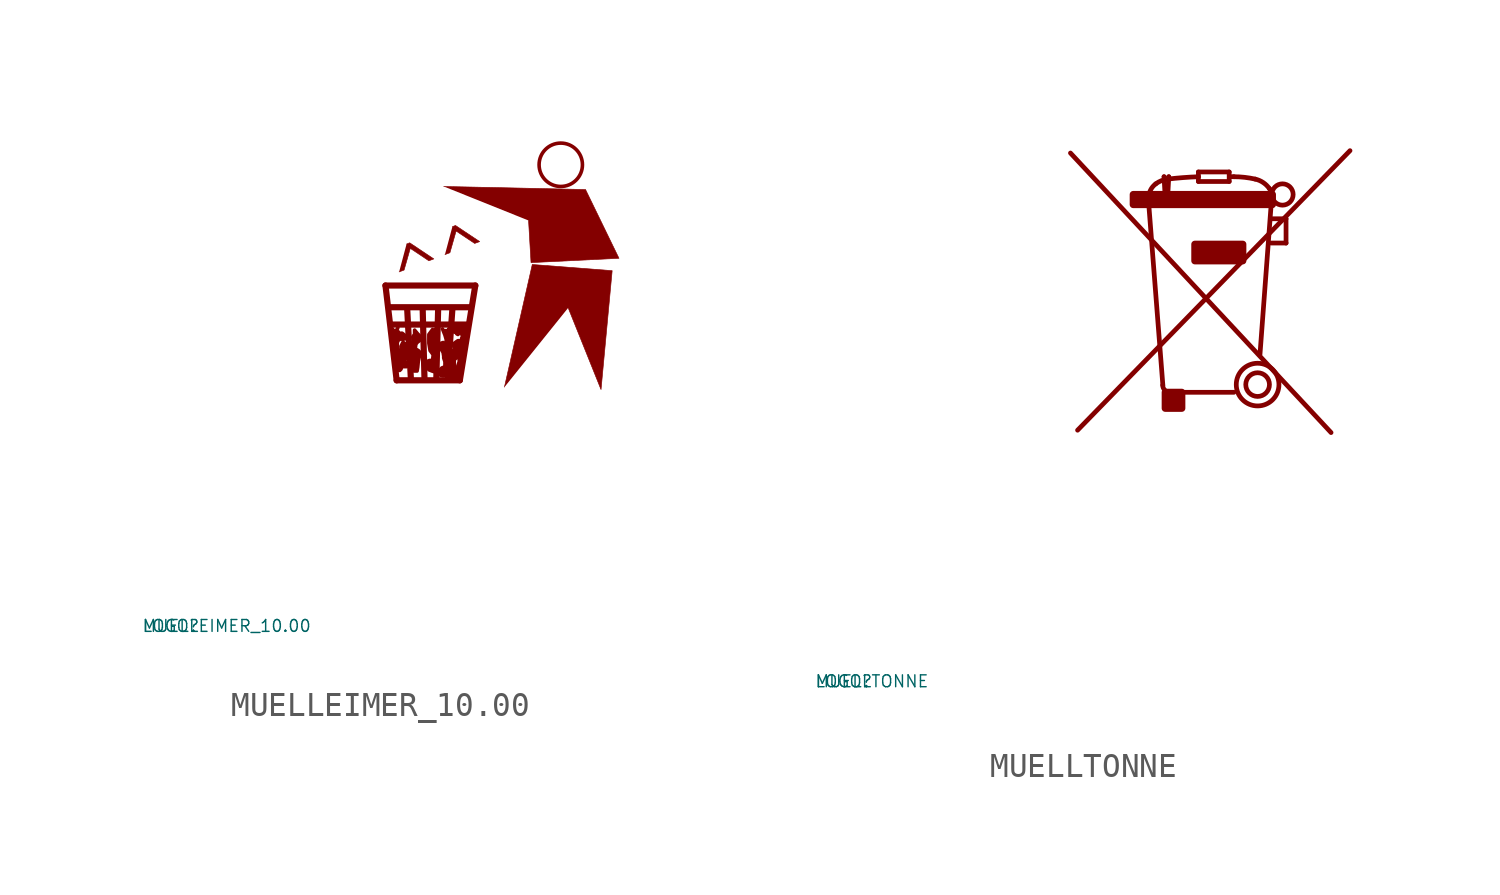
<source format=kicad_sym>
(kicad_symbol_lib
  (version 20220914)
  (generator Eagle2Kicad)
  (symbol "MUELLEIMER_10.00"
    (property "Reference" "LOGO"
      (at -10 -10 0)
      (effects (font (size 0.5 0.5) (thickness 0.06)) (justify left)))
    (property "Value" "MUELLEIMER_10.00"
      (at -10 -10 0)
      (effects (font (size 0.5 0.5) (thickness 0.06)) (justify left)))
    (polyline
      (pts (xy 0.863 4.94) (xy 1.071 5.018) (xy 1.333 5.933) (xy 2.117 5.41) (xy 2.326 5.488) (xy 1.307 6.168) (xy 1.176 6.116))
      (stroke (width 0.026) (type default))
      (fill (type outline)))
    (polyline
      (pts (xy 2.796 5.671) (xy 3.006 5.75) (xy 3.267 6.665) (xy 4.051 6.142) (xy 4.26 6.22) (xy 3.241 6.9) (xy 3.11 6.848))
      (stroke (width 0.026) (type default))
      (fill (type outline)))
    (polyline
      (pts (xy 2.744 8.546) (xy 8.729 8.416) (xy 10.14 5.515) (xy 6.429 5.332) (xy 6.325 7.109))
      (stroke (width 0.026) (type default))
      (fill (type outline)))
    (polyline
      (pts (xy 5.306 0.078) (xy 6.482 5.253) (xy 9.853 4.992) (xy 9.383 -0.026) (xy 7.997 3.424))
      (stroke (width 0.026) (type default))
      (fill (type outline)))
    (polyline
      (pts (xy 0.81 2.587) (xy 0.758 2.457) (xy 0.836 2.404) (xy 0.836 2.274) (xy 0.863 2.248) (xy 0.941 2.352) (xy 0.993 2.352) (xy 1.124 2.248) (xy 1.124 2.117) (xy 0.993 2.091) (xy 0.967 2.143) (xy 0.81 2.039) (xy 0.784 1.934) (xy 0.784 1.699) (xy 0.836 1.594) (xy 0.863 1.542) (xy 0.967 1.568) (xy 0.941 1.673) (xy 0.941 1.803) (xy 1.019 1.96) (xy 1.045 1.96) (xy 1.15 1.882) (xy 1.202 1.281) (xy 1.045 1.333) (xy 1.019 1.228) (xy 1.124 1.15) (xy 1.202 1.098) (xy 1.202 1.019) (xy 1.176 0.941) (xy 0.967 0.941) (xy 0.967 0.915) (xy 0.941 0.836) (xy 0.889 0.784) (xy 0.81 0.784) (xy 0.758 1.464) (xy 0.601 2.431) (xy 0.601 2.509))
      (stroke (width 0) (type default))
      (fill (type outline)))
    (polyline
      (pts (xy 2.274 2.509) (xy 2.195 2.404) (xy 2.117 2.3) (xy 2.117 2.143) (xy 2.117 1.934) (xy 2.169 1.62) (xy 2.248 1.516) (xy 2.3 1.437) (xy 2.274 1.228) (xy 2.274 1.202) (xy 2.143 1.202) (xy 2.012 1.15) (xy 2.012 0.993) (xy 2.091 0.889) (xy 2.117 0.81) (xy 2.248 0.758) (xy 2.326 0.732) (xy 2.378 1.071) (xy 2.352 1.699) (xy 2.378 2.509))
      (stroke (width 0) (type default))
      (fill (type outline)))
    (polyline
      (pts (xy 2.692 2.535) (xy 2.796 2.274) (xy 2.849 2.091) (xy 2.849 1.986) (xy 2.77 1.882) (xy 2.718 1.96) (xy 2.64 1.934) (xy 2.614 1.777) (xy 2.64 1.673) (xy 2.718 1.542) (xy 2.744 1.385) (xy 2.744 1.307) (xy 2.796 1.15) (xy 2.796 0.967) (xy 2.744 0.915) (xy 2.666 0.889) (xy 2.587 0.81) (xy 2.614 0.601) (xy 2.614 0.575) (xy 2.718 0.549) (xy 2.823 0.601) (xy 2.953 2.535))
      (stroke (width 0) (type default))
      (fill (type outline)))
    (polyline
      (pts (xy 3.188 2.535) (xy 3.188 2.404) (xy 3.267 2.378) (xy 3.293 2.326) (xy 3.345 2.3) (xy 3.45 2.404) (xy 3.45 2.457) (xy 3.528 2.483) (xy 3.554 2.457) (xy 3.528 2.378) (xy 3.502 2.352) (xy 3.528 2.221) (xy 3.554 2.195) (xy 3.502 2.143) (xy 3.502 2.065) (xy 3.502 1.986) (xy 3.45 1.882) (xy 3.424 1.882) (xy 3.424 1.908) (xy 3.398 2.039) (xy 3.345 2.039) (xy 3.267 1.986) (xy 3.162 1.908) (xy 3.162 1.829) (xy 3.188 1.751) (xy 3.215 1.673) (xy 3.319 1.62) (xy 3.372 1.594) (xy 3.398 1.49) (xy 3.398 1.359) (xy 3.398 1.281) (xy 3.398 1.15) (xy 3.345 0.993) (xy 3.293 0.758) (xy 3.293 0.679) (xy 3.215 0.601) (xy 3.188 0.601) (xy 3.162 0.627) (xy 3.188 0.653) (xy 3.188 0.915) (xy 3.188 1.045) (xy 3.188 1.228) (xy 3.267 1.307) (xy 3.267 1.437) (xy 3.267 1.594) (xy 3.241 1.62) (xy 3.136 1.62) (xy 3.084 1.568) (xy 3.084 1.49) (xy 3.006 1.411) (xy 3.006 0.601) (xy 3.006 0.497) (xy 3.032 0.47) (xy 3.345 0.47) (xy 3.711 2.587) (xy 3.136 2.614))
      (stroke (width 0) (type default))
      (fill (type outline)))
    (polyline
      (pts (xy 1.49 2.274) (xy 1.437 2.195) (xy 1.464 1.96) (xy 1.359 1.751) (xy 1.411 1.594) (xy 1.464 1.307) (xy 1.411 1.019) (xy 1.437 0.967) (xy 1.49 0.758) (xy 1.62 0.758) (xy 1.647 0.915) (xy 1.673 1.176) (xy 1.751 1.516) (xy 1.725 1.568) (xy 1.673 1.62) (xy 1.542 1.699) (xy 1.568 1.882) (xy 1.62 1.96) (xy 1.725 2.039) (xy 1.777 2.143) (xy 1.725 2.248) (xy 1.647 2.326) (xy 1.516 2.483) (xy 1.516 2.404) (xy 1.516 2.274))
      (stroke (width 0) (type default))
      (fill (type outline)))
    (polyline
      (pts (xy 0.758 0.366) (xy 0.287 4.365))
      (stroke (width 0.261) (type default))
      (fill (type none)))
    (polyline
      (pts (xy 0.287 4.365) (xy 4.077 4.365))
      (stroke (width 0.261) (type default))
      (fill (type none)))
    (polyline
      (pts (xy 4.077 4.365) (xy 3.424 0.366))
      (stroke (width 0.261) (type default))
      (fill (type none)))
    (polyline
      (pts (xy 3.424 0.366) (xy 0.758 0.366))
      (stroke (width 0.261) (type default))
      (fill (type none)))
    (polyline
      (pts (xy 0.497 3.45) (xy 3.816 3.45))
      (stroke (width 0.261) (type default))
      (fill (type none)))
    (polyline
      (pts (xy 0.575 2.718) (xy 3.711 2.718))
      (stroke (width 0.261) (type default))
      (fill (type none)))
    (polyline
      (pts (xy 1.359 0.418) (xy 1.202 3.398))
      (stroke (width 0.261) (type default))
      (fill (type none)))
    (polyline
      (pts (xy 1.934 0.392) (xy 1.856 3.398))
      (stroke (width 0.261) (type default))
      (fill (type none)))
    (polyline
      (pts (xy 2.431 0.392) (xy 2.509 3.372))
      (stroke (width 0.261) (type default))
      (fill (type none)))
    (polyline
      (pts (xy 2.901 0.392) (xy 3.11 3.372))
      (stroke (width 0.261) (type default))
      (fill (type none)))
    (circle
      (center 7.684 9.461)
      (radius 0.915)
      (stroke (width 0) (type default))
      (fill (type none))))
  (symbol "MUELLTONNE"
    (property "Reference" "LOGO"
      (at -10 -10 0)
      (effects (font (size 0.5 0.5) (thickness 0.06)) (justify left)))
    (property "Value" "MUELLTONNE"
      (at -10 -10 0)
      (effects (font (size 0.5 0.5) (thickness 0.06)) (justify left)))
    (polyline
      (pts (xy 1.1 0.6) (xy 12.6 12.4))
      (stroke (width 0.2) (type default))
      (fill (type none)))
    (polyline
      (pts (xy 0.8 12.3) (xy 11.8 0.5))
      (stroke (width 0.2) (type default))
      (fill (type none)))
    (polyline
      (pts (xy 7.7 2.2) (xy 5 2.2))
      (stroke (width 0.2) (type default))
      (fill (type none)))
    (arc
      (start 4.7 2.5)
      (mid 4.788 2.288)
      (end 5 2.2)
      (stroke (width 0.2) (type default))
      (fill (type none)))
    (polyline
      (pts (xy 4.7 2.5) (xy 4.1 10.2))
      (stroke (width 0.2) (type default))
      (fill (type none)))
    (polyline
      (pts (xy 4.1 10.2) (xy 4.1 10.4))
      (stroke (width 0.2) (type default))
      (fill (type none)))
    (arc
      (start 4.4 11)
      (mid 4.179 10.735)
      (end 4.1 10.4)
      (stroke (width 0.2) (type default))
      (fill (type none)))
    (arc
      (start 4.9 11.2)
      (mid 4.637 11.133)
      (end 4.4 11)
      (stroke (width 0.2) (type default))
      (fill (type none)))
    (arc
      (start 6.2 11.3)
      (mid 5.549 11.263)
      (end 4.9 11.2)
      (stroke (width 0.2) (type default))
      (fill (type none)))
    (polyline
      (pts (xy 6.2 11.3) (xy 6.2 11.5))
      (stroke (width 0.2) (type default))
      (fill (type none)))
    (polyline
      (pts (xy 6.2 11.5) (xy 7.5 11.5))
      (stroke (width 0.2) (type default))
      (fill (type none)))
    (polyline
      (pts (xy 7.5 11.5) (xy 7.5 11.1))
      (stroke (width 0.2) (type default))
      (fill (type none)))
    (polyline
      (pts (xy 7.5 11.1) (xy 6.2 11.1))
      (stroke (width 0.2) (type default))
      (fill (type none)))
    (polyline
      (pts (xy 6.2 11.1) (xy 6.2 11.3))
      (stroke (width 0.2) (type default))
      (fill (type none)))
    (polyline
      (pts (xy 7.6 11.3) (xy 7.7 11.3))
      (stroke (width 0.2) (type default))
      (fill (type none)))
    (arc
      (start 8.6 11.2)
      (mid 8.153 11.275)
      (end 7.7 11.3)
      (stroke (width 0.2) (type default))
      (fill (type none)))
    (arc
      (start 9.2 10.8)
      (mid 8.937 11.056)
      (end 8.6 11.2)
      (stroke (width 0.2) (type default))
      (fill (type none)))
    (arc
      (start 9.3 10.5)
      (mid 9.272 10.657)
      (end 9.2 10.8)
      (stroke (width 0.2) (type default))
      (fill (type none)))
    (polyline
      (pts (xy 9.3 10.5) (xy 8.8 3.8))
      (stroke (width 0.2) (type default))
      (fill (type none)))
    (polyline
      (pts (xy 9.275 8.5) (xy 9.9 8.5))
      (stroke (width 0.2) (type default))
      (fill (type none)))
    (polyline
      (pts (xy 9.9 8.5) (xy 9.9 9.525))
      (stroke (width 0.2) (type default))
      (fill (type none)))
    (polyline
      (pts (xy 9.9 9.525) (xy 9.325 9.525))
      (stroke (width 0.2) (type default))
      (fill (type none)))
    (polyline
      (pts (xy 4.8 10.4) (xy 4.75 11.3))
      (stroke (width 0.2) (type default))
      (fill (type none)))
    (arc
      (start 4.75 11.3)
      (mid 4.850 11.210)
      (end 4.95 11.3)
      (stroke (width 0.2) (type default))
      (fill (type none)))
    (polyline
      (pts (xy 4.95 11.3) (xy 4.9 10.4))
      (stroke (width 0.2) (type default))
      (fill (type none)))
    (polyline
      (pts (xy 4.9 10.4) (xy 4.8 10.4))
      (stroke (width 0.2) (type default))
      (fill (type none)))
    (circle
      (center 8.7 2.525)
      (radius 0.901)
      (stroke (width 0.2) (type default))
      (fill (type none)))
    (circle
      (center 9.75 10.55)
      (radius 0.45)
      (stroke (width 0.2) (type default))
      (fill (type none)))
    (circle
      (center 8.7 2.525)
      (radius 0.5)
      (stroke (width 0.2) (type default))
      (fill (type none)))
    (rectangle
      (start 3.45 10.125)
      (end 9.325 10.55)
      (stroke (width 0.3) (type default))
      (fill (type outline)))
    (rectangle
      (start 6.05 7.75)
      (end 8.075 8.45)
      (stroke (width 0.3) (type default))
      (fill (type outline)))
    (rectangle
      (start 4.8 1.525)
      (end 5.5 2.2)
      (stroke (width 0.3) (type default))
      (fill (type outline)))))
</source>
